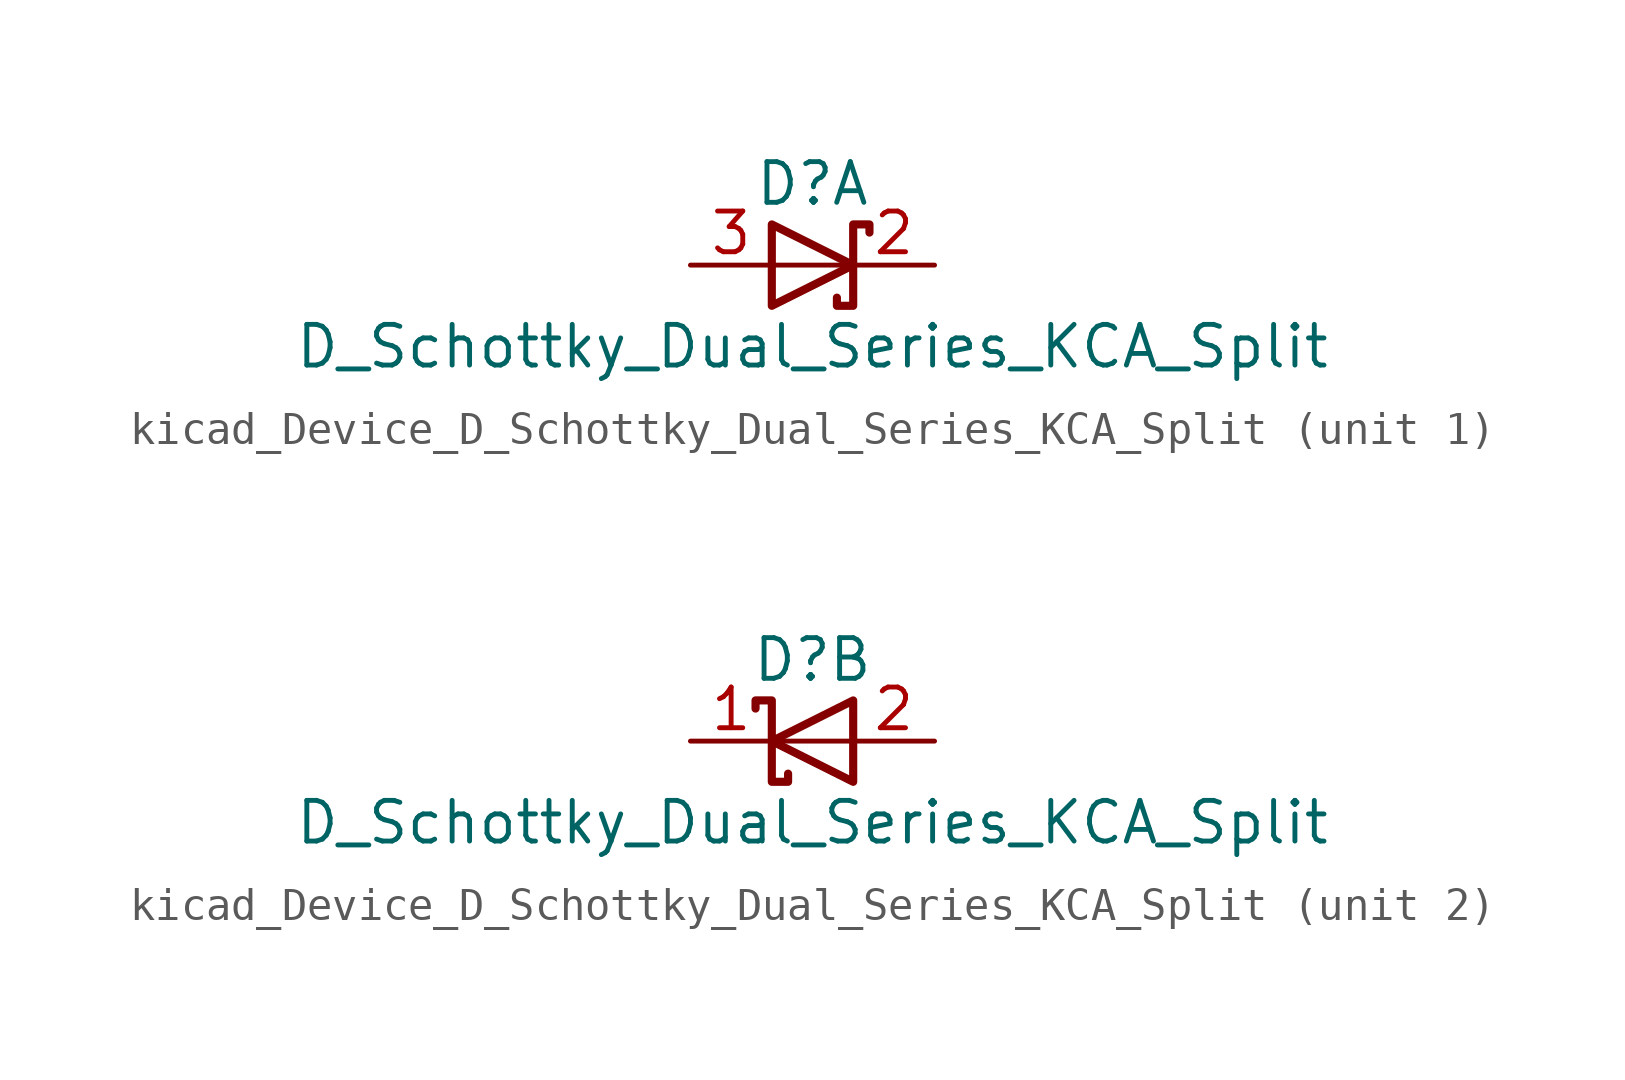
<source format=kicad_sym>
(kicad_symbol_lib
  (version 20220914)
  (generator kicad_symbol_editor)
  (symbol "kicad_Device_D_Schottky_Dual_Series_KCA_Split"
    (pin_names
      (offset 0.762) hide)
    (property "Reference" "D"
      (at 0 2.54 0)
      (effects (font (size 1.27 1.27))))
    (property "Value" "D_Schottky_Dual_Series_KCA_Split"
      (at 0 -2.54 0)
      (effects (font (size 1.27 1.27))))
    (property "ki_locked" ""
      (at 0 0 0)
      (effects (font (size 1.27 1.27))))
    (symbol "kicad_Device_D_Schottky_Dual_Series_KCA_Split_0_1"
      (pin passive line (at 3.81 0 180) (length 2.54) (name "K" (effects (font (size 1.27 1.27)))) (number "2" (effects (font (size 1.27 1.27))))))
    (symbol "kicad_Device_D_Schottky_Dual_Series_KCA_Split_1_1"
      (polyline (pts (xy 1.27 0) (xy -1.27 0)) (stroke (width 0) (type default)) (fill (type none)))
      (polyline (pts (xy -1.27 1.27) (xy 1.27 0) (xy -1.27 -1.27) (xy -1.27 1.27) (xy -1.27 1.27) (xy -1.27 1.27)) (stroke (width 0.254) (type default)) (fill (type none)))
      (polyline (pts (xy 1.778 1.016) (xy 1.778 1.27) (xy 1.27 1.27) (xy 1.27 -1.27) (xy 0.762 -1.27) (xy 0.762 -1.016)) (stroke (width 0.254) (type default)) (fill (type none)))
      (pin passive line (at -3.81 0 0) (length 2.54) (name "A" (effects (font (size 1.27 1.27)))) (number "3" (effects (font (size 1.27 1.27))))))
    (symbol "kicad_Device_D_Schottky_Dual_Series_KCA_Split_2_1"
      (polyline (pts (xy -1.27 0) (xy 1.27 0)) (stroke (width 0) (type default)) (fill (type none)))
      (polyline (pts (xy -1.778 1.016) (xy -1.778 1.27) (xy -1.27 1.27) (xy -1.27 -1.27) (xy -0.762 -1.27) (xy -0.762 -1.016)) (stroke (width 0.254) (type default)) (fill (type none)))
      (polyline (pts (xy 1.27 1.27) (xy -1.27 0) (xy 1.27 -1.27) (xy 1.27 1.27) (xy 1.27 1.27) (xy 1.27 1.27)) (stroke (width 0.254) (type default)) (fill (type none)))
      (pin passive line (at -3.81 0 0) (length 2.54) (name "K" (effects (font (size 1.27 1.27)))) (number "1" (effects (font (size 1.27 1.27))))))))
</source>
